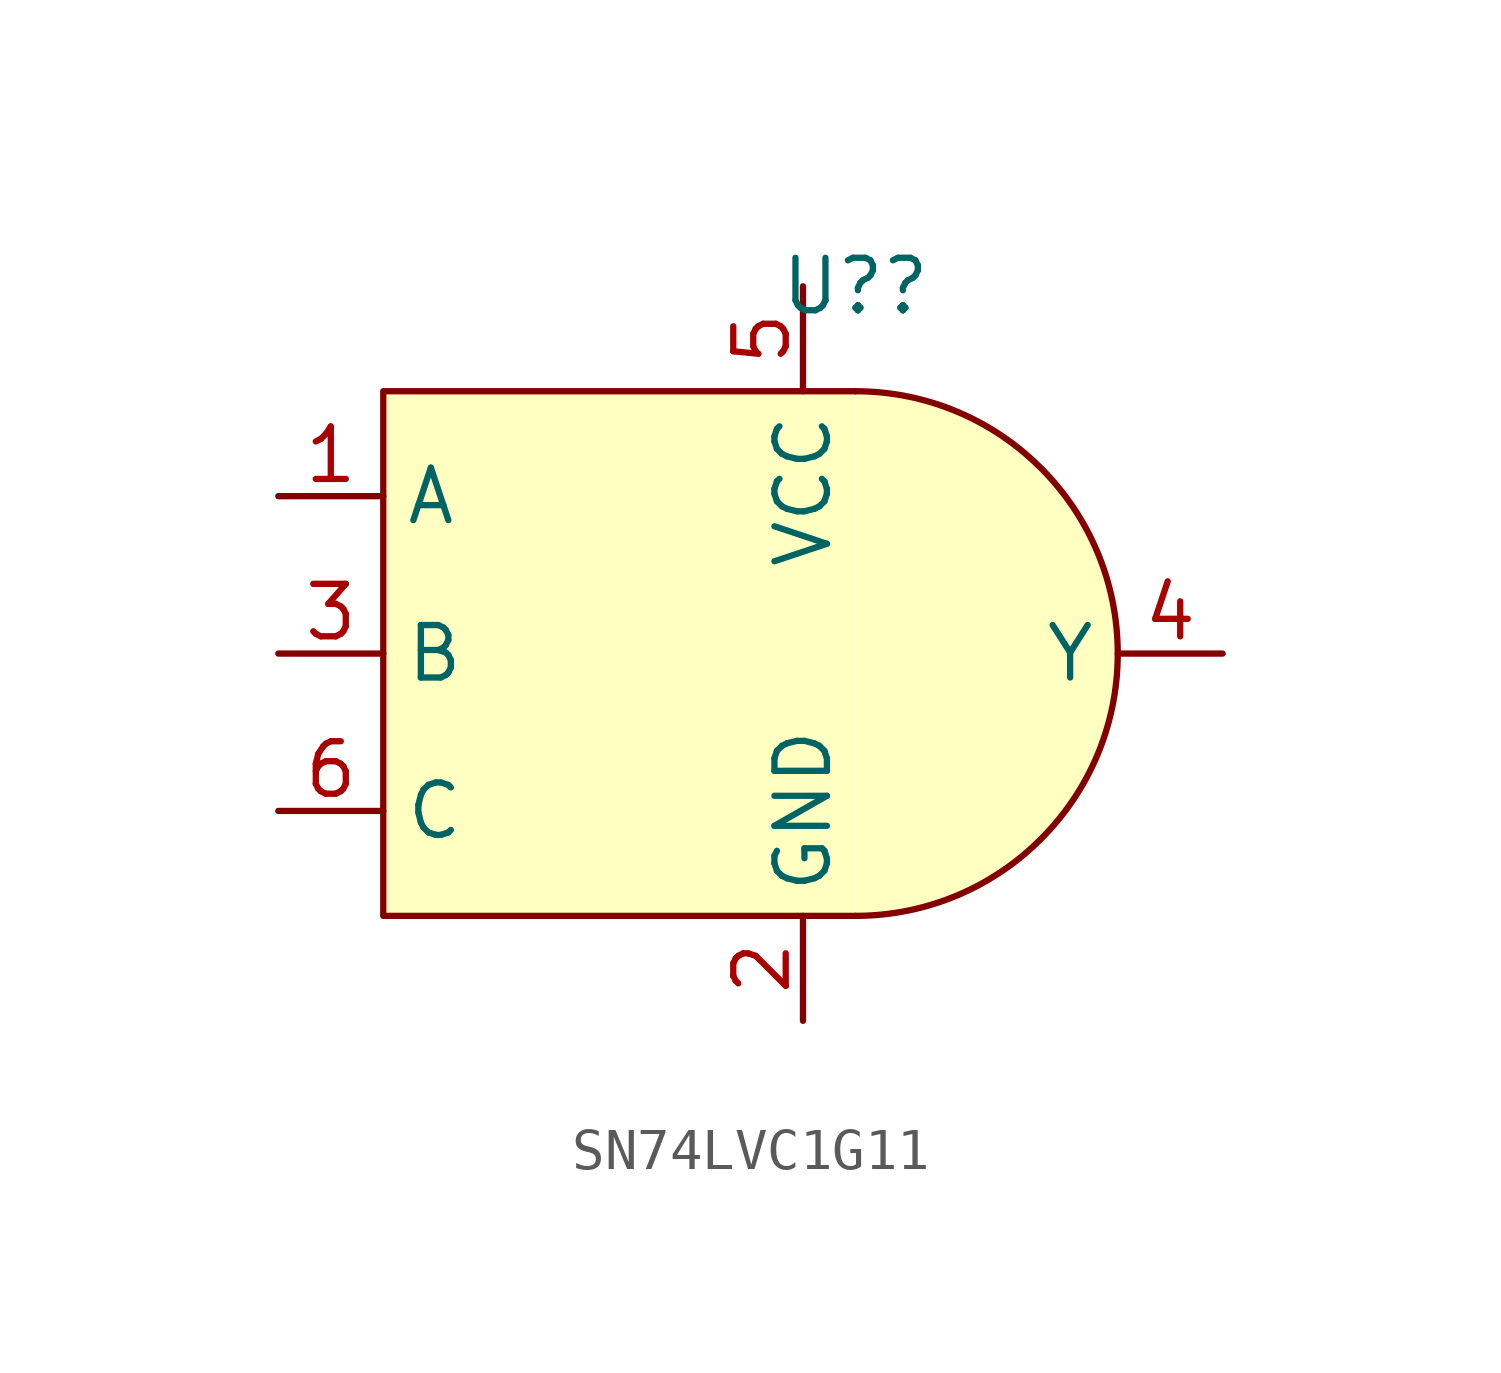
<source format=kicad_sym>
(kicad_symbol_lib
  (version 20241209)
  (generator "kicad_symbol_editor")
  (generator_version "9.0")
  (symbol "SN74LVC1G11"
    (property "Reference" "U?"
      (at 0 6.35 0)
      (effects (font (size 1.27 1.27))))
    (property "Value" ""
      (at 0 0 0)
      (effects (font (size 1.27 1.27))))
    (symbol "SN74LVC1G11_1_1"
      (polyline (pts (xy 0 3.81) (xy -11.43 3.81) (xy -11.43 -8.89) (xy 0 -8.89)) (stroke (width 0) (type solid)) (fill (type background)))
      (arc (start 0 3.81) (mid 6.35 -2.54) (end 0 -8.89) (stroke (width 0) (type solid)) (fill (type background)))
      (pin input line (at -13.97 1.27 0) (length 2.54) (name "A" (effects (font (size 1.27 1.27)))) (number "1" (effects (font (size 1.27 1.27)))))
      (pin input line (at -13.97 -2.54 0) (length 2.54) (name "B" (effects (font (size 1.27 1.27)))) (number "3" (effects (font (size 1.27 1.27)))))
      (pin input line (at -13.97 -6.35 0) (length 2.54) (name "C" (effects (font (size 1.27 1.27)))) (number "6" (effects (font (size 1.27 1.27)))))
      (pin power_in line (at -1.27 6.35 270) (length 2.54) (name "VCC" (effects (font (size 1.27 1.27)))) (number "5" (effects (font (size 1.27 1.27)))))
      (pin power_out line (at -1.27 -11.43 90) (length 2.54) (name "GND" (effects (font (size 1.27 1.27)))) (number "2" (effects (font (size 1.27 1.27)))))
      (pin output line (at 8.89 -2.54 180) (length 2.54) (name "Y" (effects (font (size 1.27 1.27)))) (number "4" (effects (font (size 1.27 1.27))))))))
</source>
